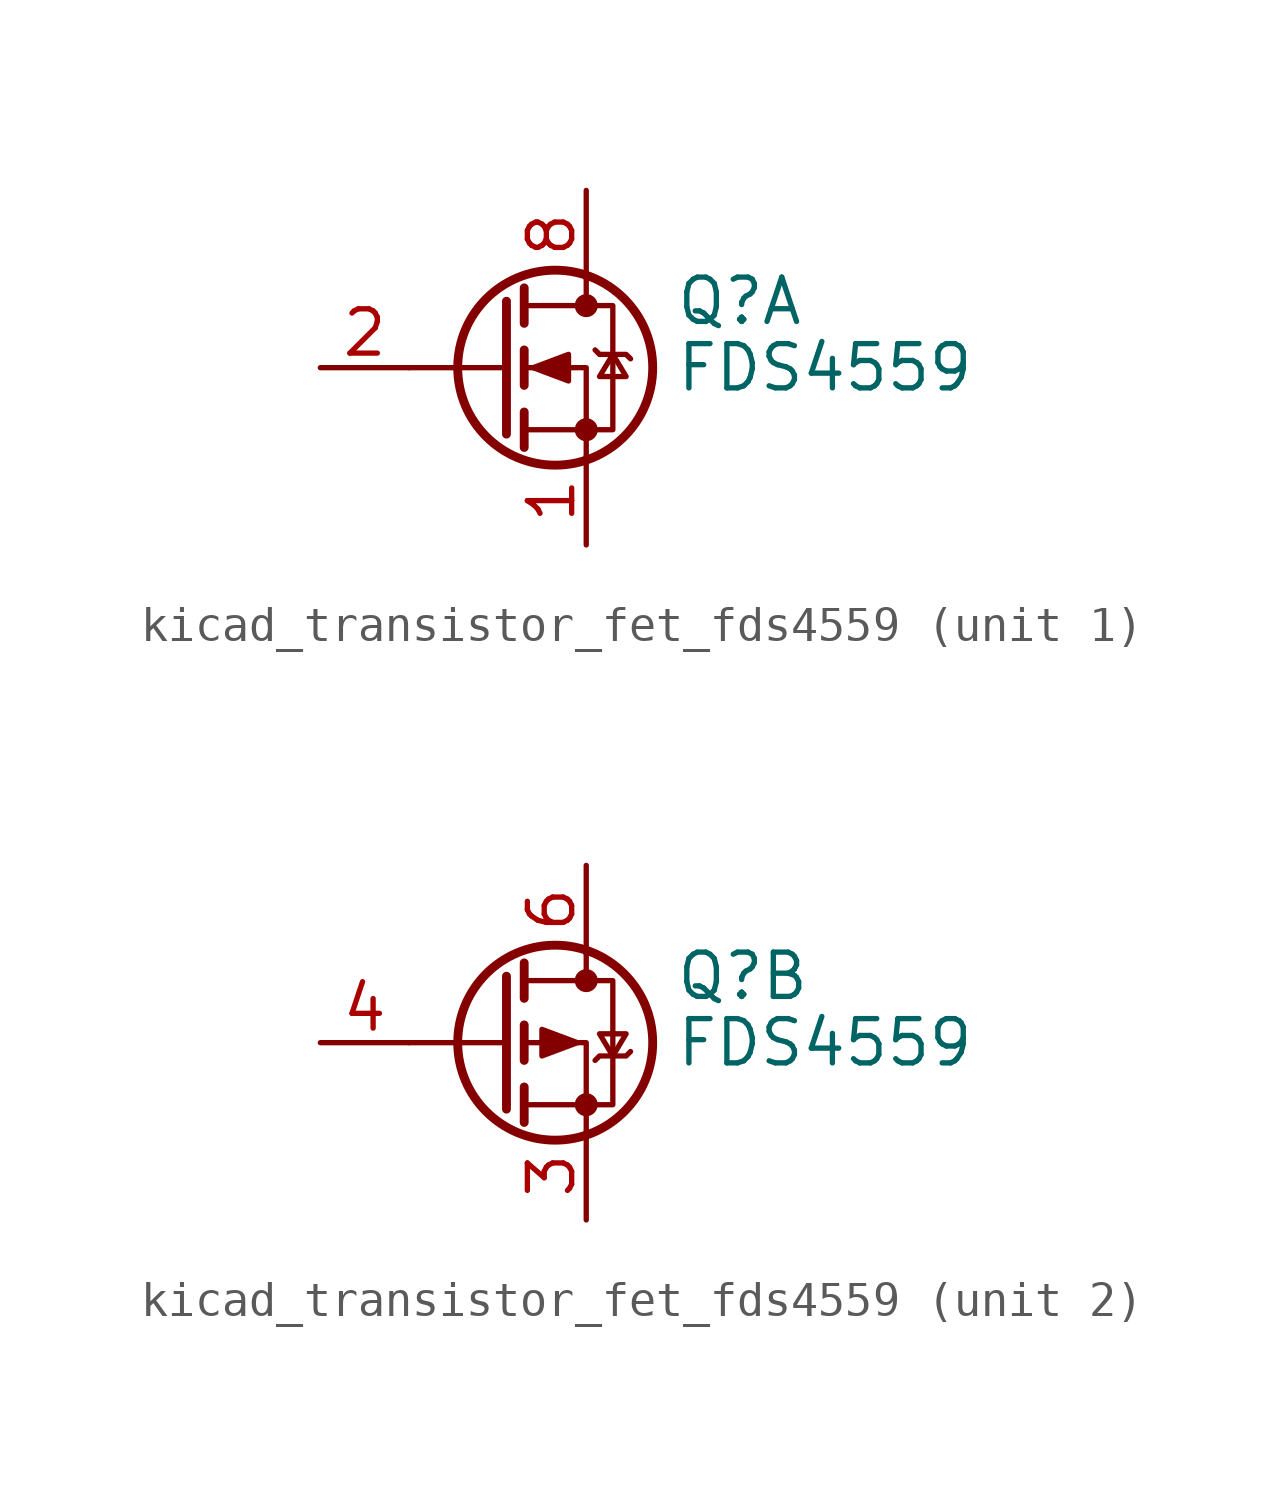
<source format=kicad_sym>
(kicad_symbol_lib
  (version 20220914)
  (generator kicad_symbol_editor)
  (symbol "kicad_transistor_fet_fds4559"
    (pin_names hide)
    (property "Reference" "Q"
      (at 5.08 1.905 0)
      (effects (font (size 1.27 1.27)) (justify left)))
    (property "Value" "FDS4559"
      (at 5.08 0 0)
      (effects (font (size 1.27 1.27)) (justify left)))
    (symbol "kicad_transistor_fet_fds4559_0_1"
      (polyline (pts (xy 0.254 0) (xy -2.54 0)) (stroke (width 0) (type default)) (fill (type none)))
      (polyline (pts (xy 0.254 1.905) (xy 0.254 -1.905)) (stroke (width 0.254) (type default)) (fill (type none)))
      (polyline (pts (xy 0.762 -1.27) (xy 0.762 -2.286)) (stroke (width 0.254) (type default)) (fill (type none)))
      (polyline (pts (xy 0.762 0.508) (xy 0.762 -0.508)) (stroke (width 0.254) (type default)) (fill (type none)))
      (polyline (pts (xy 0.762 2.286) (xy 0.762 1.27)) (stroke (width 0.254) (type default)) (fill (type none)))
      (polyline (pts (xy 2.54 2.54) (xy 2.54 1.778)) (stroke (width 0) (type default)) (fill (type none)))
      (polyline (pts (xy 2.54 -2.54) (xy 2.54 0) (xy 0.762 0)) (stroke (width 0) (type default)) (fill (type none)))
      (polyline (pts (xy 0.762 -1.778) (xy 3.302 -1.778) (xy 3.302 1.778) (xy 0.762 1.778)) (stroke (width 0) (type default)) (fill (type none)))
      (circle (center 1.651 0) (radius 2.794) (stroke (width 0.254) (type default)) (fill (type none)))
      (circle (center 2.54 -1.778) (radius 0.254) (stroke (width 0) (type default)) (fill (type outline)))
      (circle (center 2.54 1.778) (radius 0.254) (stroke (width 0) (type default)) (fill (type outline))))
    (symbol "kicad_transistor_fet_fds4559_1_1"
      (polyline (pts (xy 1.016 0) (xy 2.032 0.381) (xy 2.032 -0.381) (xy 1.016 0)) (stroke (width 0) (type default)) (fill (type outline)))
      (polyline (pts (xy 2.794 0.508) (xy 2.921 0.381) (xy 3.683 0.381) (xy 3.81 0.254)) (stroke (width 0) (type default)) (fill (type none)))
      (polyline (pts (xy 3.302 0.381) (xy 2.921 -0.254) (xy 3.683 -0.254) (xy 3.302 0.381)) (stroke (width 0) (type default)) (fill (type none)))
      (pin passive line (at 2.54 -5.08 90) (length 2.54) (name "S" (effects (font (size 1.27 1.27)))) (number "1" (effects (font (size 1.27 1.27)))))
      (pin input line (at -5.08 0 0) (length 2.54) (name "G" (effects (font (size 1.27 1.27)))) (number "2" (effects (font (size 1.27 1.27)))))
      (pin passive line (at 2.54 5.08 270) (length 2.54) hide (name "D" (effects (font (size 1.27 1.27)))) (number "7" (effects (font (size 1.27 1.27)))))
      (pin passive line (at 2.54 5.08 270) (length 2.54) (name "D" (effects (font (size 1.27 1.27)))) (number "8" (effects (font (size 1.27 1.27))))))
    (symbol "kicad_transistor_fet_fds4559_2_1"
      (polyline (pts (xy 2.286 0) (xy 1.27 0.381) (xy 1.27 -0.381) (xy 2.286 0)) (stroke (width 0) (type default)) (fill (type outline)))
      (polyline (pts (xy 2.794 -0.508) (xy 2.921 -0.381) (xy 3.683 -0.381) (xy 3.81 -0.254)) (stroke (width 0) (type default)) (fill (type none)))
      (polyline (pts (xy 3.302 -0.381) (xy 2.921 0.254) (xy 3.683 0.254) (xy 3.302 -0.381)) (stroke (width 0) (type default)) (fill (type none)))
      (pin passive line (at 2.54 -5.08 90) (length 2.54) (name "1" (effects (font (size 1.27 1.27)))) (number "3" (effects (font (size 1.27 1.27)))))
      (pin input line (at -5.08 0 0) (length 2.54) (name "G" (effects (font (size 1.27 1.27)))) (number "4" (effects (font (size 1.27 1.27)))))
      (pin passive line (at 2.54 5.08 270) (length 2.54) hide (name "D" (effects (font (size 1.27 1.27)))) (number "5" (effects (font (size 1.27 1.27)))))
      (pin passive line (at 2.54 5.08 270) (length 2.54) (name "D" (effects (font (size 1.27 1.27)))) (number "6" (effects (font (size 1.27 1.27))))))))
</source>
